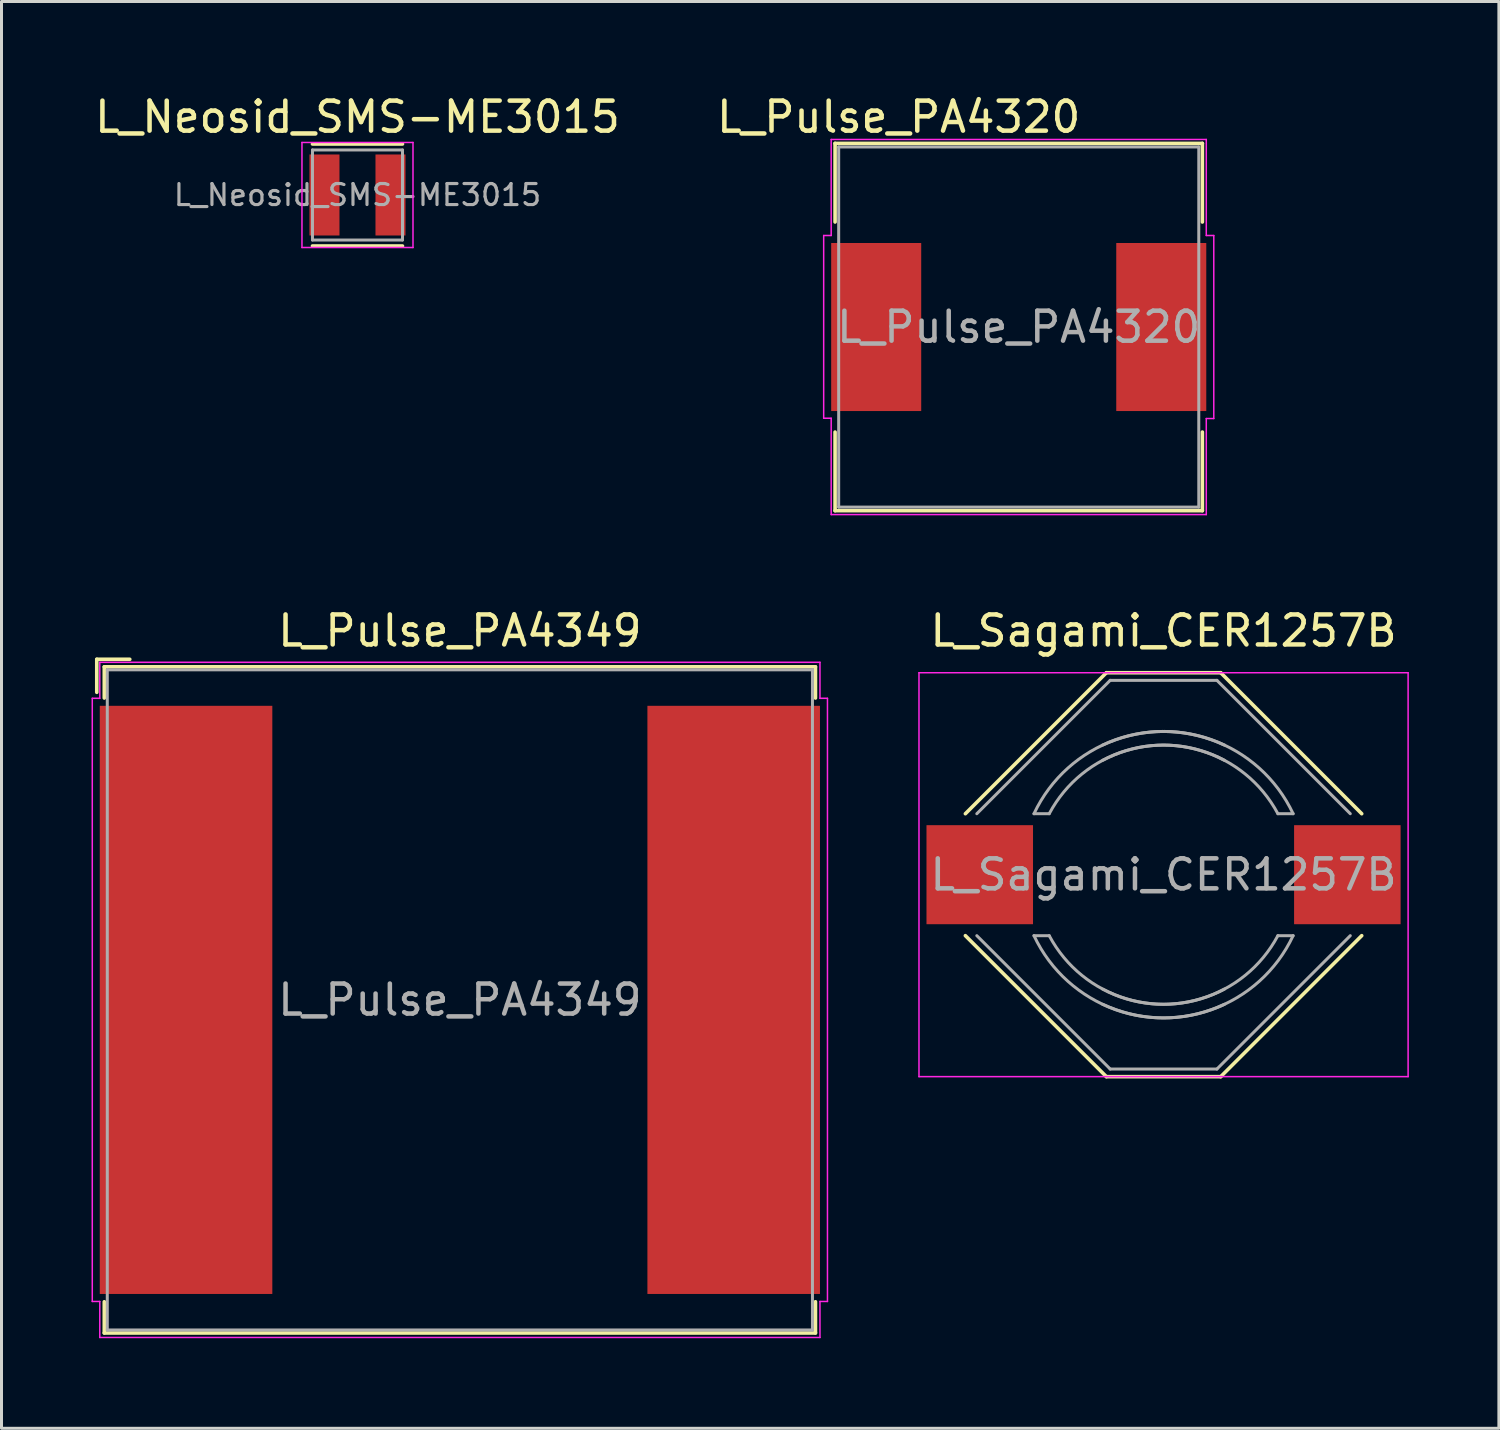
<source format=kicad_pcb>
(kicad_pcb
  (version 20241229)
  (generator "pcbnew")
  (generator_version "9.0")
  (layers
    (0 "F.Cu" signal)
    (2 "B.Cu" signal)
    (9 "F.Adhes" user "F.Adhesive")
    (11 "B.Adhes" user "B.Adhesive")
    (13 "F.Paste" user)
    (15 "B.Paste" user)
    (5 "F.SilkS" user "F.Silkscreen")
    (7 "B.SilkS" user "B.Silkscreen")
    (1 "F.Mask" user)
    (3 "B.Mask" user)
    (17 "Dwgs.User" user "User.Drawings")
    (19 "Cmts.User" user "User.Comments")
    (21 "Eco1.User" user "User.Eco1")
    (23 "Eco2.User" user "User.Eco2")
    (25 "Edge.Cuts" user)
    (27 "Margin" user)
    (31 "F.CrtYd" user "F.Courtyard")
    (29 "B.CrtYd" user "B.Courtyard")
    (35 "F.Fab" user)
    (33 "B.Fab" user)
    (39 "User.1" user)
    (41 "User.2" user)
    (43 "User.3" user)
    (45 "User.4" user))
  (footprint "L_Neosid_SMS-ME3015"
    (layer "F.Cu")
    (at 8.863 3.448)
    (property "Reference" "L_Neosid_SMS-ME3015" (at 0 -2.6 0) (layer "F.SilkS") (effects (font (size 1 1) (thickness 0.15))))
    (attr smd)
    (fp_line (start 1.5 -1.7) (end -1.5 -1.7) (stroke (width 0.12) (type solid)) (layer "F.SilkS"))
    (fp_line (start 1.5 1.7) (end -1.5 1.7) (stroke (width 0.12) (type solid)) (layer "F.SilkS"))
    (fp_line (start -1.85 -1.75) (end -1.85 1.75) (stroke (width 0.05) (type solid)) (layer "F.CrtYd"))
    (fp_line (start -1.85 -1.75) (end 1.85 -1.75) (stroke (width 0.05) (type solid)) (layer "F.CrtYd"))
    (fp_line (start 1.85 1.75) (end -1.85 1.75) (stroke (width 0.05) (type solid)) (layer "F.CrtYd"))
    (fp_line (start 1.85 1.75) (end 1.85 -1.75) (stroke (width 0.05) (type solid)) (layer "F.CrtYd"))
    (fp_line (start -1.5 -1.5) (end -1.5 1.5) (stroke (width 0.1) (type solid)) (layer "F.Fab"))
    (fp_line (start -1.5 1.5) (end 1.5 1.5) (stroke (width 0.1) (type solid)) (layer "F.Fab"))
    (fp_line (start 1.5 -1.5) (end -1.5 -1.5) (stroke (width 0.1) (type solid)) (layer "F.Fab"))
    (fp_line (start 1.5 1.5) (end 1.5 -1.5) (stroke (width 0.1) (type solid)) (layer "F.Fab"))
    (fp_text user "${REFERENCE}" (at 0 0 0) (layer "F.Fab") (effects (font (size 0.7 0.7) (thickness 0.105))))
    (pad "1" smd rect (at -1.1 0) (size 1 2.7) (layers "F.Cu" "F.Mask" "F.Paste"))
    (pad "2" smd rect (at 1.1 0) (size 1 2.7) (layers "F.Cu" "F.Mask" "F.Paste")))
  (footprint "L_Pulse_PA4349"
    (layer "F.Cu")
    (at 12.275 30.271)
    (property "Reference" "L_Pulse_PA4349" (at 0 -12.3 0) (layer "F.SilkS") (effects (font (size 1 1) (thickness 0.15))))
    (attr smd)
    (fp_line (start -12.1 -11.35) (end -11 -11.35) (stroke (width 0.12) (type solid)) (layer "F.SilkS"))
    (fp_line (start -12.1 -10.25) (end -12.1 -11.35) (stroke (width 0.12) (type solid)) (layer "F.SilkS"))
    (fp_line (start -11.85 -11.1) (end -11.85 -10.06) (stroke (width 0.12) (type solid)) (layer "F.SilkS"))
    (fp_line (start -11.85 -11.1) (end 11.85 -11.1) (stroke (width 0.12) (type solid)) (layer "F.SilkS"))
    (fp_line (start -11.85 10.06) (end -11.85 11.1) (stroke (width 0.12) (type solid)) (layer "F.SilkS"))
    (fp_line (start -11.85 11.1) (end 11.85 11.1) (stroke (width 0.12) (type solid)) (layer "F.SilkS"))
    (fp_line (start 11.85 -11.1) (end 11.85 -10.06) (stroke (width 0.12) (type solid)) (layer "F.SilkS"))
    (fp_line (start 11.85 10.06) (end 11.85 11.1) (stroke (width 0.12) (type solid)) (layer "F.SilkS"))
    (fp_line (start -12.25 10.05) (end -12.25 -10.05) (stroke (width 0.05) (type solid)) (layer "F.CrtYd"))
    (fp_line (start -12 -11.25) (end -12 -10.05) (stroke (width 0.05) (type solid)) (layer "F.CrtYd"))
    (fp_line (start -12 -11.25) (end 12 -11.25) (stroke (width 0.05) (type solid)) (layer "F.CrtYd"))
    (fp_line (start -12 -10.05) (end -12.25 -10.05) (stroke (width 0.05) (type solid)) (layer "F.CrtYd"))
    (fp_line (start -12 10.05) (end -12.25 10.05) (stroke (width 0.05) (type solid)) (layer "F.CrtYd"))
    (fp_line (start -12 10.05) (end -12 11.25) (stroke (width 0.05) (type solid)) (layer "F.CrtYd"))
    (fp_line (start 12 -11.25) (end 12 -10.05) (stroke (width 0.05) (type solid)) (layer "F.CrtYd"))
    (fp_line (start 12 -10.05) (end 12.25 -10.05) (stroke (width 0.05) (type solid)) (layer "F.CrtYd"))
    (fp_line (start 12 10.05) (end 12 11.25) (stroke (width 0.05) (type solid)) (layer "F.CrtYd"))
    (fp_line (start 12 11.25) (end -12 11.25) (stroke (width 0.05) (type solid)) (layer "F.CrtYd"))
    (fp_line (start 12.25 -10.05) (end 12.25 10.05) (stroke (width 0.05) (type solid)) (layer "F.CrtYd"))
    (fp_line (start 12.25 10.05) (end 12 10.05) (stroke (width 0.05) (type solid)) (layer "F.CrtYd"))
    (fp_line (start -11.75 -11) (end 11.75 -11) (stroke (width 0.1) (type solid)) (layer "F.Fab"))
    (fp_line (start -11.75 11) (end -11.75 -11) (stroke (width 0.1) (type solid)) (layer "F.Fab"))
    (fp_line (start -11.75 11) (end 11.75 11) (stroke (width 0.1) (type solid)) (layer "F.Fab"))
    (fp_line (start 11.75 -11) (end 11.75 11) (stroke (width 0.1) (type solid)) (layer "F.Fab"))
    (fp_text user "${REFERENCE}" (at 0 0 0) (layer "F.Fab") (effects (font (size 1 1) (thickness 0.15))))
    (pad "1" smd rect (at -9.125 0 90) (size 19.6 5.75) (layers "F.Cu" "F.Mask" "F.Paste"))
    (pad "2" smd rect (at 9.125 0 90) (size 19.6 5.75) (layers "F.Cu" "F.Mask" "F.Paste")))
  (footprint "L_Pulse_PA4320"
    (layer "F.Cu")
    (at 30.899 7.848)
    (property "Reference" "L_Pulse_PA4320" (at -4 -7 0) (layer "F.SilkS") (effects (font (size 1 1) (thickness 0.15))))
    (attr smd)
    (fp_line (start -6.12 -6.12) (end -6.12 -3.5) (stroke (width 0.12) (type solid)) (layer "F.SilkS"))
    (fp_line (start -6.12 -6.12) (end 6.12 -6.12) (stroke (width 0.12) (type solid)) (layer "F.SilkS"))
    (fp_line (start -6.12 3.5) (end -6.12 6.12) (stroke (width 0.12) (type solid)) (layer "F.SilkS"))
    (fp_line (start -6.12 6.12) (end 6.12 6.12) (stroke (width 0.12) (type solid)) (layer "F.SilkS"))
    (fp_line (start 6.12 -6.12) (end 6.12 -3.5) (stroke (width 0.12) (type solid)) (layer "F.SilkS"))
    (fp_line (start 6.12 3.5) (end 6.12 6.12) (stroke (width 0.12) (type solid)) (layer "F.SilkS"))
    (fp_line (start -6.5 3.04) (end -6.5 -3.05) (stroke (width 0.05) (type solid)) (layer "F.CrtYd"))
    (fp_line (start -6.25 -6.25) (end -6.25 -3.05) (stroke (width 0.05) (type solid)) (layer "F.CrtYd"))
    (fp_line (start -6.25 -6.25) (end 6.25 -6.25) (stroke (width 0.05) (type solid)) (layer "F.CrtYd"))
    (fp_line (start -6.25 -3.05) (end -6.5 -3.05) (stroke (width 0.05) (type solid)) (layer "F.CrtYd"))
    (fp_line (start -6.25 3.04) (end -6.5 3.04) (stroke (width 0.05) (type solid)) (layer "F.CrtYd"))
    (fp_line (start -6.25 3.04) (end -6.25 6.25) (stroke (width 0.05) (type solid)) (layer "F.CrtYd"))
    (fp_line (start 6.25 -6.25) (end 6.25 -3.05) (stroke (width 0.05) (type solid)) (layer "F.CrtYd"))
    (fp_line (start 6.25 -3.05) (end 6.5 -3.05) (stroke (width 0.05) (type solid)) (layer "F.CrtYd"))
    (fp_line (start 6.25 3.05) (end 6.25 6.25) (stroke (width 0.05) (type solid)) (layer "F.CrtYd"))
    (fp_line (start 6.25 6.25) (end -6.25 6.25) (stroke (width 0.05) (type solid)) (layer "F.CrtYd"))
    (fp_line (start 6.5 -3.05) (end 6.5 3.05) (stroke (width 0.05) (type solid)) (layer "F.CrtYd"))
    (fp_line (start 6.5 3.05) (end 6.25 3.05) (stroke (width 0.05) (type solid)) (layer "F.CrtYd"))
    (fp_line (start -6 -6) (end 6 -6) (stroke (width 0.1) (type solid)) (layer "F.Fab"))
    (fp_line (start -6 6) (end -6 -6) (stroke (width 0.1) (type solid)) (layer "F.Fab"))
    (fp_line (start 6 -6) (end 6 6) (stroke (width 0.1) (type solid)) (layer "F.Fab"))
    (fp_line (start 6 6) (end -6 6) (stroke (width 0.1) (type solid)) (layer "F.Fab"))
    (fp_text user "${REFERENCE}" (at 0 0 0) (layer "F.Fab") (effects (font (size 1 1) (thickness 0.15))))
    (pad "1" smd rect (at -4.75 0 90) (size 5.6 3) (layers "F.Cu" "F.Mask" "F.Paste"))
    (pad "2" smd rect (at 4.75 0 90) (size 5.6 3) (layers "F.Cu" "F.Mask" "F.Paste")))
  (footprint "L_Sagami_CER1257B"
    (layer "F.Cu")
    (at 35.725 26.099)
    (property "Reference" "L_Sagami_CER1257B" (at 0 -8.128 0) (layer "F.SilkS") (effects (font (size 1 1) (thickness 0.15))))
    (attr smd)
    (fp_line (start -6.604 -2.032) (end -1.905 -6.731) (stroke (width 0.12) (type solid)) (layer "F.SilkS"))
    (fp_line (start -6.604 2.032) (end -1.905 6.731) (stroke (width 0.12) (type solid)) (layer "F.SilkS"))
    (fp_line (start -1.905 -6.731) (end 1.905 -6.731) (stroke (width 0.12) (type solid)) (layer "F.SilkS"))
    (fp_line (start -1.905 6.731) (end 1.905 6.731) (stroke (width 0.12) (type solid)) (layer "F.SilkS"))
    (fp_line (start 1.905 -6.731) (end 6.604 -2.032) (stroke (width 0.12) (type solid)) (layer "F.SilkS"))
    (fp_line (start 1.905 6.731) (end 6.604 2.032) (stroke (width 0.12) (type solid)) (layer "F.SilkS"))
    (fp_line (start -8.15 -6.73) (end -8.15 6.73) (stroke (width 0.05) (type solid)) (layer "F.CrtYd"))
    (fp_line (start -8.15 -6.73) (end 8.15 -6.73) (stroke (width 0.05) (type solid)) (layer "F.CrtYd"))
    (fp_line (start -8.15 6.73) (end 8.15 6.73) (stroke (width 0.05) (type solid)) (layer "F.CrtYd"))
    (fp_line (start 8.15 -6.73) (end 8.15 6.73) (stroke (width 0.05) (type solid)) (layer "F.CrtYd"))
    (fp_line (start -6.223 -2.032) (end -1.778 -6.477) (stroke (width 0.1) (type solid)) (layer "F.Fab"))
    (fp_line (start -6.223 2.032) (end -1.778 6.477) (stroke (width 0.1) (type solid)) (layer "F.Fab"))
    (fp_line (start -3.81 -2.032) (end -4.318 -2.032) (stroke (width 0.1) (type solid)) (layer "F.Fab"))
    (fp_line (start -3.81 2.032) (end -4.318 2.032) (stroke (width 0.1) (type solid)) (layer "F.Fab"))
    (fp_line (start -1.778 6.477) (end 1.778 6.477) (stroke (width 0.1) (type solid)) (layer "F.Fab"))
    (fp_line (start 1.778 -6.477) (end -1.778 -6.477) (stroke (width 0.1) (type solid)) (layer "F.Fab"))
    (fp_line (start 1.778 6.477) (end 6.223 2.032) (stroke (width 0.1) (type solid)) (layer "F.Fab"))
    (fp_line (start 3.81 -2.032) (end 4.318 -2.032) (stroke (width 0.1) (type solid)) (layer "F.Fab"))
    (fp_line (start 3.81 2.032) (end 4.318 2.032) (stroke (width 0.1) (type solid)) (layer "F.Fab"))
    (fp_line (start 6.223 -2.032) (end 1.778 -6.477) (stroke (width 0.1) (type solid)) (layer "F.Fab"))
    (fp_arc (start -4.318 -2.032) (mid -1.616446 -4.490128) (end 2.032 -4.318) (stroke (width 0.1) (type solid)) (layer "F.Fab"))
    (fp_arc (start -3.81 -2.032) (mid -1.257236 -4.130918) (end 2.032 -3.81) (stroke (width 0.1) (type solid)) (layer "F.Fab"))
    (fp_arc (start -2.032 -4.318) (mid 1.616446 -4.490128) (end 4.318 -2.032) (stroke (width 0.1) (type solid)) (layer "F.Fab"))
    (fp_arc (start -2.032 -3.81) (mid 1.257236 -4.130918) (end 3.81 -2.032) (stroke (width 0.1) (type solid)) (layer "F.Fab"))
    (fp_arc (start 2.032 3.81) (mid -1.257236 4.130918) (end -3.81 2.032) (stroke (width 0.1) (type solid)) (layer "F.Fab"))
    (fp_arc (start 2.032 4.318) (mid -1.616446 4.490128) (end -4.318 2.032) (stroke (width 0.1) (type solid)) (layer "F.Fab"))
    (fp_arc (start 3.81 2.032) (mid 1.257236 4.130918) (end -2.032 3.81) (stroke (width 0.1) (type solid)) (layer "F.Fab"))
    (fp_arc (start 4.318 2.032) (mid 1.616446 4.490128) (end -2.032 4.318) (stroke (width 0.1) (type solid)) (layer "F.Fab"))
    (fp_text user "${REFERENCE}" (at 0 0 0) (layer "F.Fab") (effects (font (size 1 1) (thickness 0.15))))
    (pad "1" smd rect (at -6.125 0) (size 3.55 3.3) (layers "F.Cu" "F.Mask" "F.Paste"))
    (pad "2" smd rect (at 6.125 0) (size 3.55 3.3) (layers "F.Cu" "F.Mask" "F.Paste")))
  (gr_rect
    (start -3 -3)
    (end 46.9 44.547)
    (stroke (width 0.1) (type default))
    (fill no)
    (layer "Edge.Cuts")))
</source>
